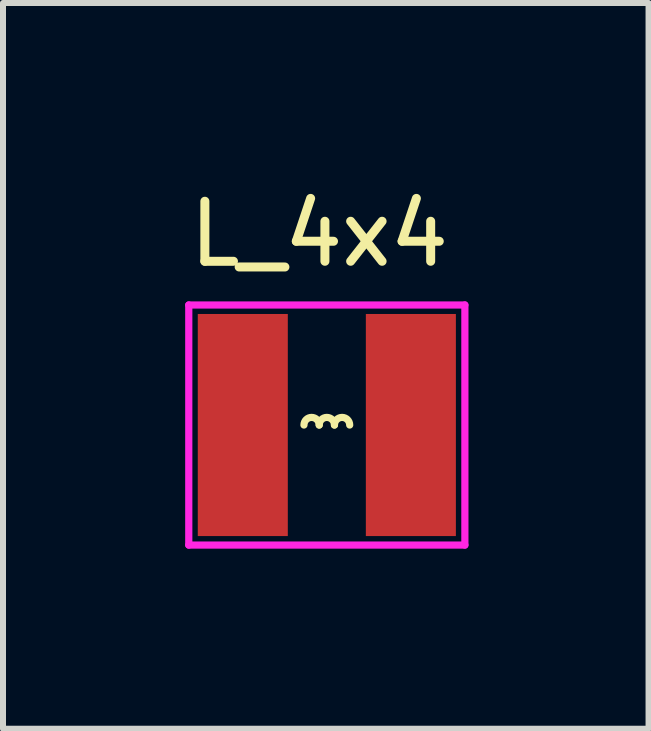
<source format=kicad_pcb>
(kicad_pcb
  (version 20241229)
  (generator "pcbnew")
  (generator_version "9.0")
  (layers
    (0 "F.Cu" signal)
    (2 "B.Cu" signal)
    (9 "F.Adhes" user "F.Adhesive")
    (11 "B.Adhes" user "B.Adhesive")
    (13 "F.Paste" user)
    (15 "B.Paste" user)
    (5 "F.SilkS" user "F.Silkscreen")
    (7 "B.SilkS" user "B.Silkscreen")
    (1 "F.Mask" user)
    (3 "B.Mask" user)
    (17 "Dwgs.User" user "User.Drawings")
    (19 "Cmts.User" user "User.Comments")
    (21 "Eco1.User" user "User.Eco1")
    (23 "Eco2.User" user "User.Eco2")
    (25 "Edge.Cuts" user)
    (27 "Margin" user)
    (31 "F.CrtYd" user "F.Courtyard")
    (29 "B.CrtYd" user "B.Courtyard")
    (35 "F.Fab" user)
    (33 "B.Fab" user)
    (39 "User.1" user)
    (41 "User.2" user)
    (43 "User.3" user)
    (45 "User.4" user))
  (footprint "L_4x4"
    (layer "F.Cu")
    (at 2.395 4.031)
    (property "Reference" "L_4x4" (at -0.127 -3.183 0) (layer "F.SilkS") (effects (font (size 1 1) (thickness 0.15))))
    (attr through_hole)
    (fp_arc (start -0.381 0) (mid -0.254 -0.127) (end -0.127 0) (stroke (width 0.12) (type solid)) (layer "F.SilkS"))
    (fp_arc (start -0.127 0) (mid 0 -0.127) (end 0.127 0) (stroke (width 0.12) (type solid)) (layer "F.SilkS"))
    (fp_arc (start 0.127 0) (mid 0.254 -0.127) (end 0.381 0) (stroke (width 0.12) (type solid)) (layer "F.SilkS"))
    (fp_line (start -2.3 -2) (end -2.3 2) (stroke (width 0.12) (type solid)) (layer "F.CrtYd"))
    (fp_line (start -2.3 -2) (end 2.3 -2) (stroke (width 0.12) (type solid)) (layer "F.CrtYd"))
    (fp_line (start -2.3 2) (end 2.3 2) (stroke (width 0.12) (type solid)) (layer "F.CrtYd"))
    (fp_line (start 2.3 -2) (end 2.3 2) (stroke (width 0.12) (type solid)) (layer "F.CrtYd"))
    (pad "1" smd rect (at -1.4 0 180) (size 1.5 3.7) (layers "F.Cu" "F.Mask" "F.Paste"))
    (pad "2" smd rect (at 1.4 0 180) (size 1.5 3.7) (layers "F.Cu" "F.Mask" "F.Paste")))
  (gr_rect
    (start -3 -3)
    (end 7.755 9.091)
    (stroke (width 0.1) (type default))
    (fill no)
    (layer "Edge.Cuts")))
</source>
